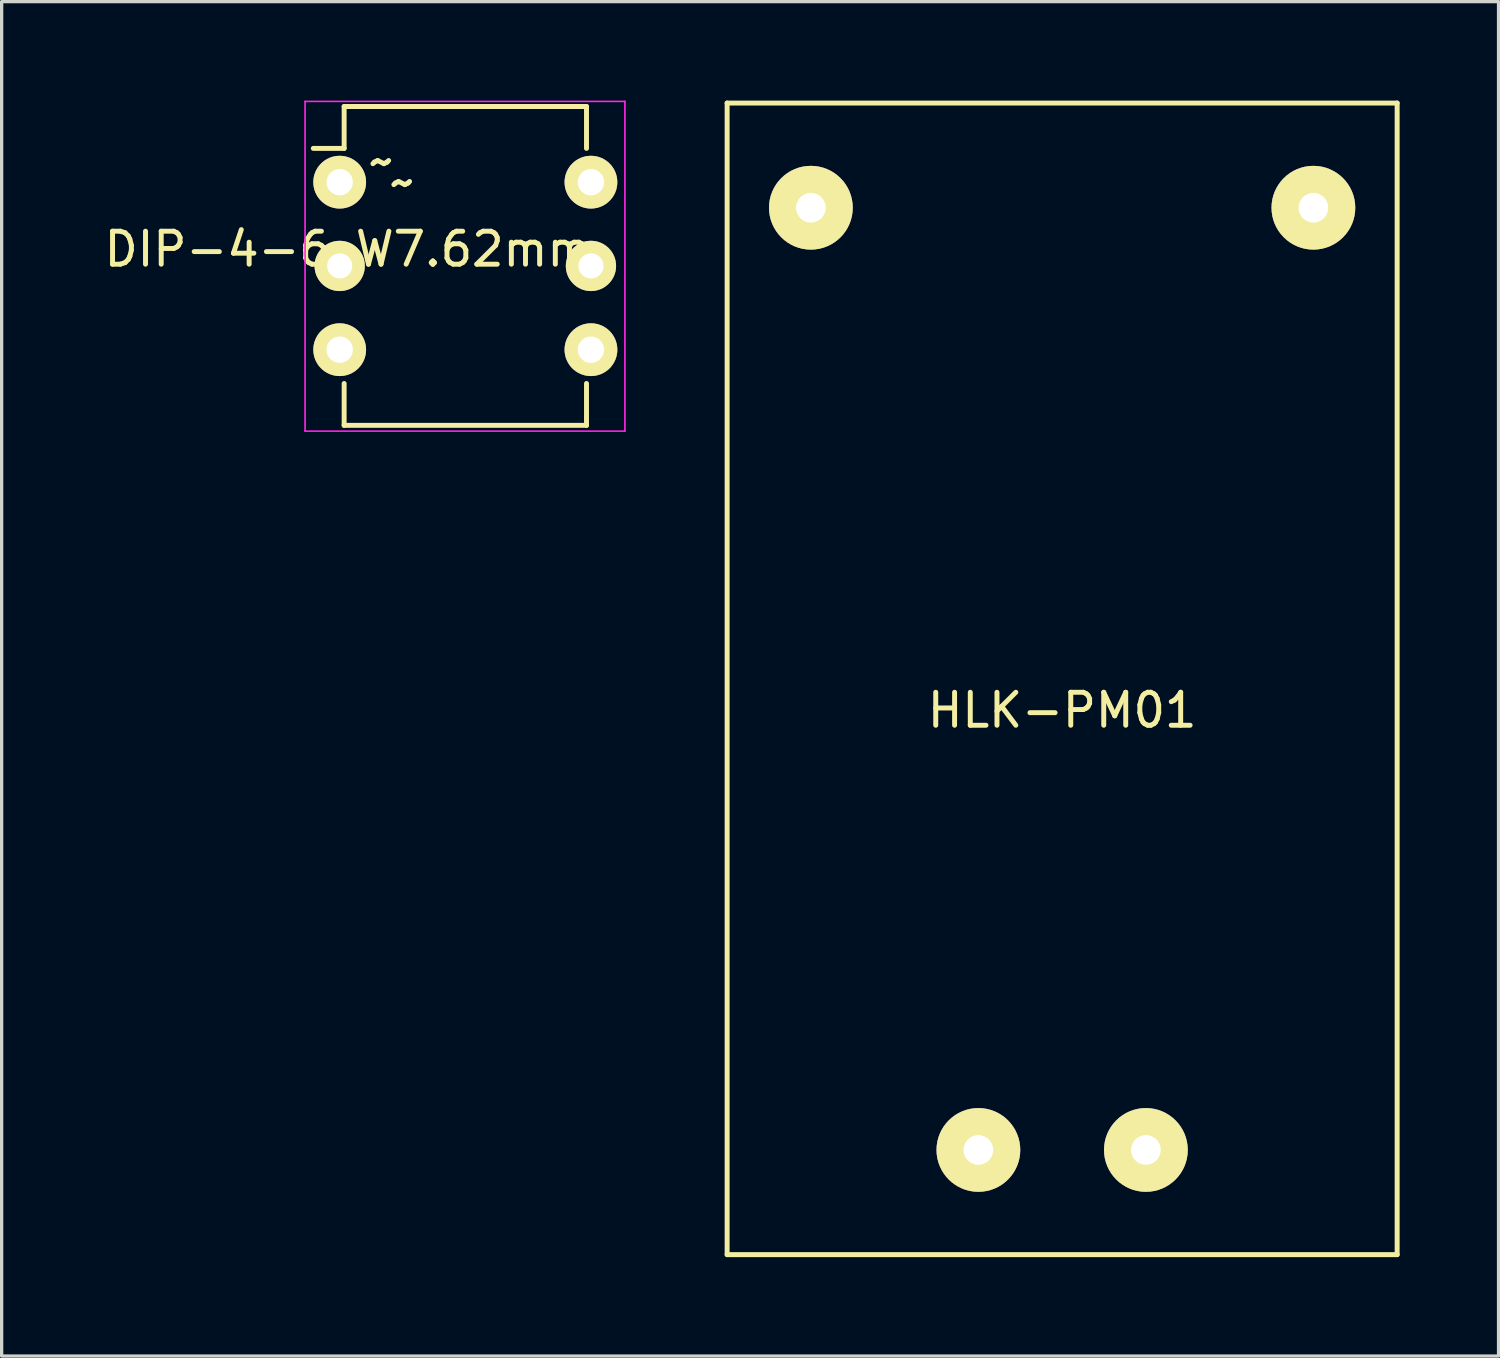
<source format=kicad_pcb>
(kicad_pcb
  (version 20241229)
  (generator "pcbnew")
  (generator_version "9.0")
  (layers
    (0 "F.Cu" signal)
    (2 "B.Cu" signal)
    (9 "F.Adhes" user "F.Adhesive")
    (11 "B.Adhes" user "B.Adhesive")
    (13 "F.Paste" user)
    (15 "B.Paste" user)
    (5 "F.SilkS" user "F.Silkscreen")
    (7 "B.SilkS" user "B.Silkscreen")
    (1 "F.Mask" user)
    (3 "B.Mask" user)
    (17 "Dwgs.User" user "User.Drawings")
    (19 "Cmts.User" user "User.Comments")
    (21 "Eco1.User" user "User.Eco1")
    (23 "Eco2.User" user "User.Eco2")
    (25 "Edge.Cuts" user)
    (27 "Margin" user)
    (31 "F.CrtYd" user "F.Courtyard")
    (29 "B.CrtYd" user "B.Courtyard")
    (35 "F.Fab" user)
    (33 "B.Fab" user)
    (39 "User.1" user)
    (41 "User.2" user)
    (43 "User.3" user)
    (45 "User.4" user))
  (footprint "DIP-4-6_W7.62mm"
    (layer "F.Cu")
    (at 7.252 2.475)
    (property "Reference" "DIP-4-6_W7.62mm" (at 0.254 2.032 0) (layer "F.SilkS") (effects (font (size 1 1) (thickness 0.15))))
    (attr through_hole)
    (fp_line (start 0.135 -2.295) (end 0.135 -1.025) (stroke (width 0.15) (type solid)) (layer "F.SilkS"))
    (fp_line (start 0.135 -2.295) (end 7.485 -2.295) (stroke (width 0.15) (type solid)) (layer "F.SilkS"))
    (fp_line (start 0.135 -1.025) (end -0.8 -1.025) (stroke (width 0.15) (type solid)) (layer "F.SilkS"))
    (fp_line (start 0.135 7.375) (end 0.135 6.105) (stroke (width 0.15) (type solid)) (layer "F.SilkS"))
    (fp_line (start 0.135 7.375) (end 7.485 7.375) (stroke (width 0.15) (type solid)) (layer "F.SilkS"))
    (fp_line (start 7.485 -2.295) (end 7.485 -1.025) (stroke (width 0.15) (type solid)) (layer "F.SilkS"))
    (fp_line (start 7.485 7.375) (end 7.485 6.105) (stroke (width 0.15) (type solid)) (layer "F.SilkS"))
    (fp_line (start -1.05 -2.45) (end -1.05 7.55) (stroke (width 0.05) (type solid)) (layer "F.CrtYd"))
    (fp_line (start -1.05 -2.45) (end 8.65 -2.45) (stroke (width 0.05) (type solid)) (layer "F.CrtYd"))
    (fp_line (start -1.05 7.55) (end 8.65 7.55) (stroke (width 0.05) (type solid)) (layer "F.CrtYd"))
    (fp_line (start 8.65 -2.45) (end 8.65 7.55) (stroke (width 0.05) (type solid)) (layer "F.CrtYd"))
    (fp_text user "~" (at 1.905 0 0) (layer "F.SilkS") (effects (font (size 1 1) (thickness 0.15))))
    (fp_text user "~" (at 1.27 -0.635 0) (layer "F.SilkS") (effects (font (size 1 1) (thickness 0.15))))
    (pad "" thru_hole circle (at 0 2.54) (size 1.524 1.524) (drill 0.762) (layers "*.Cu" "*.Mask" "F.SilkS"))
    (pad "" thru_hole circle (at 7.62 2.54) (size 1.524 1.524) (drill 0.762) (layers "*.Cu" "*.Mask" "F.SilkS"))
    (pad "1" thru_hole oval (at 0 0) (size 1.6 1.6) (drill 0.8) (layers "*.Cu" "*.Mask" "F.SilkS"))
    (pad "2" thru_hole oval (at 0 5.08) (size 1.6 1.6) (drill 0.8) (layers "*.Cu" "*.Mask" "F.SilkS"))
    (pad "3" thru_hole oval (at 7.62 5.08) (size 1.6 1.6) (drill 0.8) (layers "*.Cu" "*.Mask" "F.SilkS"))
    (pad "4" thru_hole oval (at 7.62 0) (size 1.6 1.6) (drill 0.8) (layers "*.Cu" "*.Mask" "F.SilkS")))
  (footprint "HLK-PM01"
    (layer "F.Cu")
    (at 29.162 17.22)
    (property "Reference" "HLK-PM01" (at 0 1.27 0) (layer "F.SilkS") (effects (font (size 1 1) (thickness 0.15))))
    (attr through_hole)
    (fp_line (start -10.16 -17.145) (end 10.16 -17.145) (stroke (width 0.15) (type solid)) (layer "F.SilkS"))
    (fp_line (start -10.16 17.78) (end -10.16 -17.145) (stroke (width 0.15) (type solid)) (layer "F.SilkS"))
    (fp_line (start 10.16 -17.145) (end 10.16 17.78) (stroke (width 0.15) (type solid)) (layer "F.SilkS"))
    (fp_line (start 10.16 17.78) (end -10.16 17.78) (stroke (width 0.15) (type solid)) (layer "F.SilkS"))
    (pad "1" thru_hole circle (at 2.54 14.605) (size 2.54 2.54) (drill 0.9) (layers "*.Cu" "*.Mask" "F.SilkS"))
    (pad "2" thru_hole circle (at -2.54 14.605) (size 2.54 2.54) (drill 0.9) (layers "*.Cu" "*.Mask" "F.SilkS"))
    (pad "3" thru_hole circle (at 7.62 -13.97) (size 2.54 2.54) (drill 0.9) (layers "*.Cu" "*.Mask" "F.SilkS"))
    (pad "4" thru_hole circle (at -7.62 -13.97) (size 2.54 2.54) (drill 0.9) (layers "*.Cu" "*.Mask" "F.SilkS")))
  (gr_rect
    (start -3 -3)
    (end 42.397 38.075)
    (stroke (width 0.1) (type default))
    (fill no)
    (layer "Edge.Cuts")))
</source>
